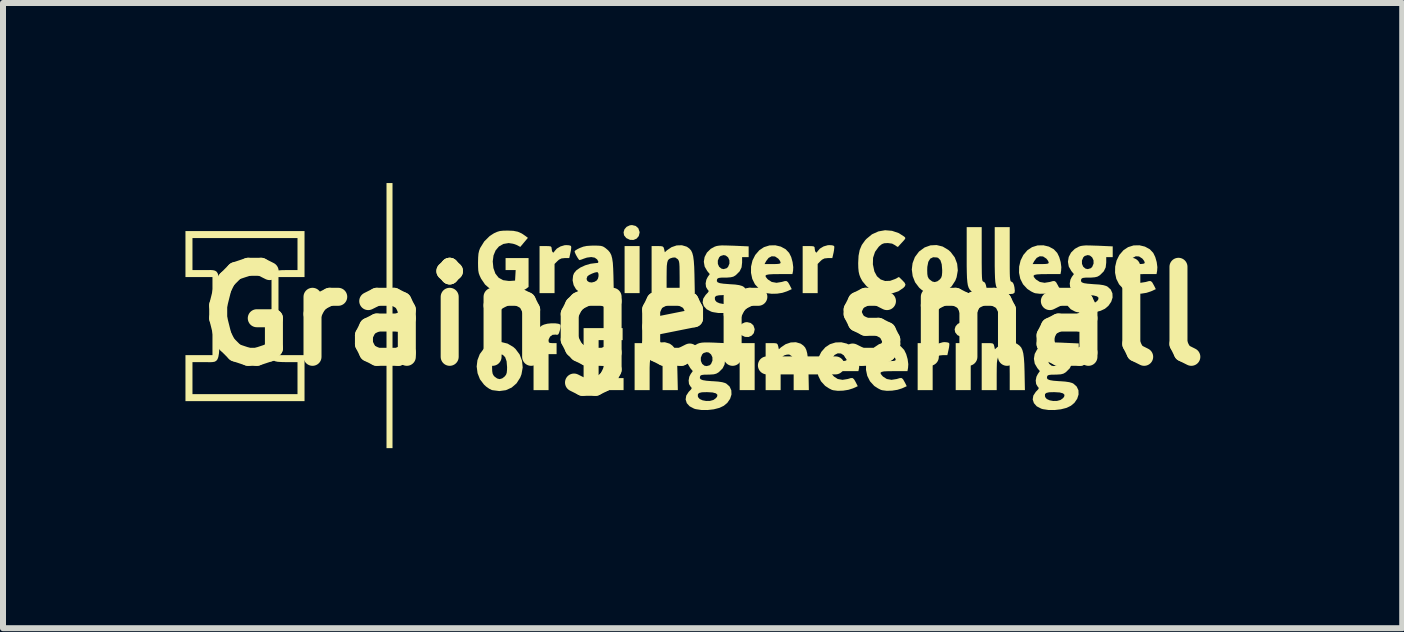
<source format=kicad_pcb>
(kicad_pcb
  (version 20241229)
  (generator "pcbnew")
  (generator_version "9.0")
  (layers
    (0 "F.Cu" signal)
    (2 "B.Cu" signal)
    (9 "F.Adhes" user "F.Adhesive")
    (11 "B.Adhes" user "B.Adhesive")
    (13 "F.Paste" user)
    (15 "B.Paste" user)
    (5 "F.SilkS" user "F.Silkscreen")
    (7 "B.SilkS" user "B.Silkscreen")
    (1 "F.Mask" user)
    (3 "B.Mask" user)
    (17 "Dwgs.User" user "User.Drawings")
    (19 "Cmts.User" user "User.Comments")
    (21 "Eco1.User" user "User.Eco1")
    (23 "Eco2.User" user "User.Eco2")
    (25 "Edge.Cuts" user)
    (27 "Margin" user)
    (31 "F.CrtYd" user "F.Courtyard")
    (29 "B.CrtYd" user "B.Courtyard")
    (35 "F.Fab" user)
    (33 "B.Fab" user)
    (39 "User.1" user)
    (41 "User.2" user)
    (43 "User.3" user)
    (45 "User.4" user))
  (footprint "Grainger_small"
    (layer "F.Cu")
    (at 8.657 2.217)
    (property "Reference" "Grainger_small" (at 0 0 0) (layer "F.SilkS") (effects (font (size 1.5 1.5) (thickness 0.3))))
    (attr board_only exclude_from_pos_files exclude_from_bom)
    (fp_poly (pts (xy -5.167 -0.008) (xy -5.167 2.2) (xy -5.217 2.2) (xy -5.267 2.2) (xy -5.267 -0.008) (xy -5.267 -2.217) (xy -5.217 -2.217) (xy -5.167 -2.217)) (stroke (width 0) (type solid)) (fill yes) (layer "F.SilkS"))
    (fp_poly (pts (xy -1.05 -0.775) (xy -1.05 -0.383) (xy -1.175 -0.383) (xy -1.3 -0.383) (xy -1.3 -0.775) (xy -1.3 -1.167) (xy -1.175 -1.167) (xy -1.05 -1.167)) (stroke (width 0) (type solid)) (fill yes) (layer "F.SilkS"))
    (fp_poly (pts (xy 0.867 0.842) (xy 0.867 1.233) (xy 0.742 1.233) (xy 0.617 1.233) (xy 0.617 0.842) (xy 0.617 0.45) (xy 0.742 0.45) (xy 0.867 0.45)) (stroke (width 0) (type solid)) (fill yes) (layer "F.SilkS"))
    (fp_poly (pts (xy 4.467 0.842) (xy 4.467 1.233) (xy 4.342 1.233) (xy 4.217 1.233) (xy 4.217 0.842) (xy 4.217 0.45) (xy 4.342 0.45) (xy 4.467 0.45)) (stroke (width 0) (type solid)) (fill yes) (layer "F.SilkS"))
    (fp_poly (pts (xy -1.114 -1.502) (xy -1.071 -1.463) (xy -1.051 -1.405) (xy -1.05 -1.392) (xy -1.064 -1.333) (xy -1.1 -1.291) (xy -1.152 -1.269) (xy -1.211 -1.271) (xy -1.27 -1.299) (xy -1.273 -1.301) (xy -1.309 -1.346) (xy -1.317 -1.397) (xy -1.302 -1.447) (xy -1.266 -1.488) (xy -1.212 -1.513) (xy -1.176 -1.517)) (stroke (width 0) (type solid)) (fill yes) (layer "F.SilkS"))
    (fp_poly (pts (xy 0.802 0.115) (xy 0.846 0.154) (xy 0.866 0.212) (xy 0.867 0.225) (xy 0.853 0.284) (xy 0.816 0.326) (xy 0.765 0.348) (xy 0.706 0.346) (xy 0.647 0.318) (xy 0.644 0.315) (xy 0.608 0.27) (xy 0.599 0.219) (xy 0.615 0.17) (xy 0.651 0.129) (xy 0.705 0.104) (xy 0.741 0.1)) (stroke (width 0) (type solid)) (fill yes) (layer "F.SilkS"))
    (fp_poly (pts (xy 4.402 0.115) (xy 4.446 0.154) (xy 4.466 0.212) (xy 4.467 0.225) (xy 4.453 0.284) (xy 4.416 0.326) (xy 4.365 0.348) (xy 4.306 0.346) (xy 4.247 0.318) (xy 4.244 0.315) (xy 4.208 0.27) (xy 4.199 0.219) (xy 4.215 0.17) (xy 4.251 0.129) (xy 4.305 0.104) (xy 4.341 0.1)) (stroke (width 0) (type solid)) (fill yes) (layer "F.SilkS"))
    (fp_poly (pts (xy -1.333 0.3) (xy -1.333 0.4) (xy -1.533 0.4) (xy -1.733 0.4) (xy -1.733 0.508) (xy -1.733 0.617) (xy -1.567 0.617) (xy -1.4 0.617) (xy -1.4 0.717) (xy -1.4 0.817) (xy -1.567 0.817) (xy -1.733 0.817) (xy -1.733 0.925) (xy -1.733 1.033) (xy -1.525 1.033) (xy -1.317 1.033) (xy -1.317 1.133) (xy -1.317 1.233) (xy -1.65 1.233) (xy -1.983 1.233) (xy -1.983 0.717) (xy -1.983 0.2) (xy -1.658 0.2) (xy -1.333 0.2)) (stroke (width 0) (type solid)) (fill yes) (layer "F.SilkS"))
    (fp_poly (pts (xy -2.225 -1.18) (xy -2.195 -1.17) (xy -2.192 -1.166) (xy -2.189 -1.142) (xy -2.194 -1.097) (xy -2.202 -1.058) (xy -2.222 -0.967) (xy -2.296 -0.967) (xy -2.352 -0.961) (xy -2.394 -0.94) (xy -2.418 -0.918) (xy -2.467 -0.869) (xy -2.467 -0.626) (xy -2.467 -0.383) (xy -2.592 -0.383) (xy -2.717 -0.383) (xy -2.717 -0.775) (xy -2.717 -1.167) (xy -2.617 -1.167) (xy -2.561 -1.166) (xy -2.531 -1.161) (xy -2.519 -1.149) (xy -2.516 -1.129) (xy -2.51 -1.088) (xy -2.502 -1.069) (xy -2.487 -1.057) (xy -2.472 -1.073) (xy -2.469 -1.08) (xy -2.429 -1.125) (xy -2.368 -1.161) (xy -2.3 -1.181) (xy -2.27 -1.183)) (stroke (width 0) (type solid)) (fill yes) (layer "F.SilkS"))
    (fp_poly (pts (xy 2.159 -1.18) (xy 2.188 -1.17) (xy 2.192 -1.166) (xy 2.194 -1.142) (xy 2.189 -1.097) (xy 2.182 -1.058) (xy 2.161 -0.967) (xy 2.088 -0.967) (xy 2.031 -0.961) (xy 1.989 -0.94) (xy 1.965 -0.918) (xy 1.917 -0.869) (xy 1.917 -0.626) (xy 1.917 -0.383) (xy 1.792 -0.383) (xy 1.667 -0.383) (xy 1.667 -0.775) (xy 1.667 -1.167) (xy 1.767 -1.167) (xy 1.822 -1.166) (xy 1.852 -1.161) (xy 1.865 -1.149) (xy 1.867 -1.129) (xy 1.873 -1.088) (xy 1.882 -1.069) (xy 1.896 -1.057) (xy 1.911 -1.073) (xy 1.915 -1.08) (xy 1.955 -1.125) (xy 2.015 -1.161) (xy 2.084 -1.181) (xy 2.113 -1.183)) (stroke (width 0) (type solid)) (fill yes) (layer "F.SilkS"))
    (fp_poly (pts (xy 4.075 0.437) (xy 4.105 0.447) (xy 4.108 0.45) (xy 4.111 0.475) (xy 4.106 0.52) (xy 4.098 0.559) (xy 4.078 0.65) (xy 4.004 0.65) (xy 3.948 0.656) (xy 3.906 0.677) (xy 3.882 0.699) (xy 3.833 0.747) (xy 3.833 0.99) (xy 3.833 1.233) (xy 3.708 1.233) (xy 3.583 1.233) (xy 3.583 0.842) (xy 3.583 0.45) (xy 3.683 0.45) (xy 3.739 0.451) (xy 3.769 0.456) (xy 3.781 0.468) (xy 3.784 0.487) (xy 3.79 0.528) (xy 3.798 0.548) (xy 3.813 0.56) (xy 3.828 0.543) (xy 3.831 0.537) (xy 3.871 0.492) (xy 3.932 0.456) (xy 4 0.436) (xy 4.03 0.433)) (stroke (width 0) (type solid)) (fill yes) (layer "F.SilkS"))
    (fp_poly (pts (xy 4.65 -1.032) (xy 4.65 -0.897) (xy 4.651 -0.792) (xy 4.652 -0.713) (xy 4.654 -0.656) (xy 4.657 -0.618) (xy 4.661 -0.594) (xy 4.668 -0.58) (xy 4.676 -0.574) (xy 4.682 -0.572) (xy 4.705 -0.556) (xy 4.72 -0.519) (xy 4.729 -0.477) (xy 4.736 -0.421) (xy 4.729 -0.388) (xy 4.703 -0.372) (xy 4.653 -0.367) (xy 4.623 -0.367) (xy 4.555 -0.373) (xy 4.505 -0.394) (xy 4.492 -0.403) (xy 4.467 -0.424) (xy 4.446 -0.448) (xy 4.431 -0.477) (xy 4.419 -0.515) (xy 4.411 -0.567) (xy 4.405 -0.636) (xy 4.402 -0.726) (xy 4.4 -0.84) (xy 4.4 -0.984) (xy 4.4 -1.016) (xy 4.4 -1.483) (xy 4.525 -1.483) (xy 4.65 -1.483)) (stroke (width 0) (type solid)) (fill yes) (layer "F.SilkS"))
    (fp_poly (pts (xy 5.117 -1.032) (xy 5.117 -0.897) (xy 5.117 -0.792) (xy 5.118 -0.713) (xy 5.12 -0.656) (xy 5.124 -0.618) (xy 5.128 -0.594) (xy 5.134 -0.58) (xy 5.143 -0.574) (xy 5.149 -0.572) (xy 5.171 -0.556) (xy 5.187 -0.519) (xy 5.196 -0.477) (xy 5.202 -0.421) (xy 5.196 -0.388) (xy 5.17 -0.372) (xy 5.119 -0.367) (xy 5.09 -0.367) (xy 5.021 -0.373) (xy 4.971 -0.394) (xy 4.959 -0.403) (xy 4.933 -0.424) (xy 4.913 -0.448) (xy 4.897 -0.477) (xy 4.886 -0.515) (xy 4.877 -0.567) (xy 4.872 -0.636) (xy 4.869 -0.726) (xy 4.867 -0.84) (xy 4.867 -0.984) (xy 4.867 -1.016) (xy 4.867 -1.483) (xy 4.992 -1.483) (xy 5.117 -1.483)) (stroke (width 0) (type solid)) (fill yes) (layer "F.SilkS"))
    (fp_poly (pts (xy -0.552 0.458) (xy -0.54 0.465) (xy -0.504 0.491) (xy -0.476 0.523) (xy -0.455 0.565) (xy -0.44 0.621) (xy -0.43 0.697) (xy -0.424 0.797) (xy -0.42 0.926) (xy -0.42 0.929) (xy -0.413 1.233) (xy -0.54 1.233) (xy -0.667 1.233) (xy -0.667 0.967) (xy -0.667 0.866) (xy -0.668 0.793) (xy -0.671 0.743) (xy -0.676 0.709) (xy -0.684 0.687) (xy -0.696 0.671) (xy -0.701 0.665) (xy -0.74 0.64) (xy -0.781 0.642) (xy -0.817 0.652) (xy -0.844 0.667) (xy -0.862 0.69) (xy -0.874 0.727) (xy -0.88 0.782) (xy -0.883 0.861) (xy -0.883 0.968) (xy -0.883 0.969) (xy -0.883 1.233) (xy -1.008 1.233) (xy -1.133 1.233) (xy -1.133 0.842) (xy -1.133 0.45) (xy -1.035 0.45) (xy -0.98 0.451) (xy -0.949 0.456) (xy -0.934 0.47) (xy -0.926 0.497) (xy -0.925 0.501) (xy -0.913 0.553) (xy -0.878 0.52) (xy -0.801 0.468) (xy -0.715 0.439) (xy -0.629 0.435)) (stroke (width 0) (type solid)) (fill yes) (layer "F.SilkS"))
    (fp_poly (pts (xy -0.268 -1.158) (xy -0.257 -1.152) (xy -0.221 -1.126) (xy -0.192 -1.094) (xy -0.172 -1.052) (xy -0.157 -0.995) (xy -0.147 -0.919) (xy -0.14 -0.819) (xy -0.136 -0.691) (xy -0.136 -0.688) (xy -0.13 -0.383) (xy -0.257 -0.383) (xy -0.383 -0.383) (xy -0.383 -0.65) (xy -0.384 -0.751) (xy -0.385 -0.823) (xy -0.388 -0.874) (xy -0.393 -0.907) (xy -0.401 -0.929) (xy -0.412 -0.946) (xy -0.418 -0.951) (xy -0.457 -0.977) (xy -0.497 -0.975) (xy -0.534 -0.964) (xy -0.56 -0.95) (xy -0.579 -0.927) (xy -0.59 -0.89) (xy -0.597 -0.835) (xy -0.599 -0.756) (xy -0.6 -0.649) (xy -0.6 -0.647) (xy -0.6 -0.383) (xy -0.725 -0.383) (xy -0.85 -0.383) (xy -0.85 -0.775) (xy -0.85 -1.167) (xy -0.751 -1.167) (xy -0.696 -1.166) (xy -0.666 -1.16) (xy -0.651 -1.146) (xy -0.642 -1.12) (xy -0.641 -1.115) (xy -0.63 -1.064) (xy -0.594 -1.097) (xy -0.517 -1.149) (xy -0.432 -1.178) (xy -0.346 -1.181)) (stroke (width 0) (type solid)) (fill yes) (layer "F.SilkS"))
    (fp_poly (pts (xy 1.632 0.458) (xy 1.643 0.465) (xy 1.679 0.491) (xy 1.708 0.523) (xy 1.728 0.565) (xy 1.743 0.621) (xy 1.753 0.697) (xy 1.76 0.797) (xy 1.764 0.926) (xy 1.764 0.929) (xy 1.77 1.233) (xy 1.643 1.233) (xy 1.517 1.233) (xy 1.517 0.967) (xy 1.516 0.866) (xy 1.515 0.793) (xy 1.512 0.743) (xy 1.507 0.709) (xy 1.499 0.687) (xy 1.488 0.671) (xy 1.482 0.665) (xy 1.443 0.64) (xy 1.403 0.642) (xy 1.366 0.652) (xy 1.34 0.667) (xy 1.321 0.69) (xy 1.31 0.727) (xy 1.303 0.782) (xy 1.301 0.861) (xy 1.3 0.968) (xy 1.3 0.969) (xy 1.3 1.233) (xy 1.175 1.233) (xy 1.05 1.233) (xy 1.05 0.842) (xy 1.05 0.45) (xy 1.149 0.45) (xy 1.204 0.451) (xy 1.234 0.456) (xy 1.249 0.47) (xy 1.258 0.497) (xy 1.259 0.501) (xy 1.27 0.553) (xy 1.306 0.52) (xy 1.383 0.468) (xy 1.468 0.439) (xy 1.554 0.435)) (stroke (width 0) (type solid)) (fill yes) (layer "F.SilkS"))
    (fp_poly (pts (xy 5.232 0.458) (xy 5.243 0.465) (xy 5.279 0.491) (xy 5.308 0.523) (xy 5.328 0.565) (xy 5.343 0.621) (xy 5.353 0.697) (xy 5.36 0.797) (xy 5.364 0.926) (xy 5.364 0.929) (xy 5.37 1.233) (xy 5.243 1.233) (xy 5.117 1.233) (xy 5.117 0.967) (xy 5.116 0.866) (xy 5.115 0.793) (xy 5.112 0.743) (xy 5.107 0.709) (xy 5.099 0.687) (xy 5.088 0.671) (xy 5.082 0.665) (xy 5.043 0.64) (xy 5.003 0.642) (xy 4.966 0.652) (xy 4.94 0.667) (xy 4.921 0.69) (xy 4.91 0.727) (xy 4.903 0.782) (xy 4.901 0.861) (xy 4.9 0.968) (xy 4.9 0.969) (xy 4.9 1.233) (xy 4.775 1.233) (xy 4.65 1.233) (xy 4.65 0.842) (xy 4.65 0.45) (xy 4.749 0.45) (xy 4.804 0.451) (xy 4.834 0.456) (xy 4.849 0.47) (xy 4.858 0.497) (xy 4.859 0.501) (xy 4.87 0.553) (xy 4.906 0.52) (xy 4.983 0.468) (xy 5.068 0.439) (xy 5.154 0.435)) (stroke (width 0) (type solid)) (fill yes) (layer "F.SilkS"))
    (fp_poly (pts (xy -2.458 0.12) (xy -2.404 0.127) (xy -2.371 0.141) (xy -2.369 0.143) (xy -2.365 0.167) (xy -2.372 0.21) (xy -2.379 0.239) (xy -2.394 0.286) (xy -2.409 0.308) (xy -2.429 0.312) (xy -2.45 0.308) (xy -2.501 0.312) (xy -2.542 0.342) (xy -2.565 0.389) (xy -2.567 0.408) (xy -2.563 0.435) (xy -2.546 0.447) (xy -2.506 0.45) (xy -2.5 0.45) (xy -2.433 0.45) (xy -2.433 0.542) (xy -2.433 0.633) (xy -2.5 0.633) (xy -2.567 0.633) (xy -2.567 0.933) (xy -2.567 1.233) (xy -2.692 1.233) (xy -2.817 1.233) (xy -2.817 0.933) (xy -2.817 0.633) (xy -2.867 0.633) (xy -2.896 0.632) (xy -2.911 0.62) (xy -2.916 0.591) (xy -2.917 0.55) (xy -2.915 0.501) (xy -2.909 0.476) (xy -2.892 0.468) (xy -2.87 0.467) (xy -2.843 0.464) (xy -2.827 0.452) (xy -2.816 0.423) (xy -2.804 0.368) (xy -2.804 0.366) (xy -2.778 0.272) (xy -2.738 0.205) (xy -2.68 0.158) (xy -2.642 0.141) (xy -2.588 0.127) (xy -2.523 0.12)) (stroke (width 0) (type solid)) (fill yes) (layer "F.SilkS"))
    (fp_poly (pts (xy -3.25 0.458) (xy -3.156 0.513) (xy -3.118 0.547) (xy -3.049 0.639) (xy -3.009 0.744) (xy -2.998 0.856) (xy -3.018 0.969) (xy -3.04 1.026) (xy -3.101 1.121) (xy -3.182 1.191) (xy -3.278 1.234) (xy -3.387 1.249) (xy -3.502 1.234) (xy -3.514 1.231) (xy -3.556 1.21) (xy -3.607 1.174) (xy -3.642 1.142) (xy -3.71 1.053) (xy -3.75 0.951) (xy -3.763 0.851) (xy -3.508 0.851) (xy -3.506 0.916) (xy -3.499 0.958) (xy -3.484 0.988) (xy -3.468 1.007) (xy -3.424 1.039) (xy -3.383 1.05) (xy -3.338 1.037) (xy -3.299 1.007) (xy -3.276 0.978) (xy -3.264 0.945) (xy -3.259 0.896) (xy -3.258 0.851) (xy -3.266 0.753) (xy -3.29 0.685) (xy -3.329 0.645) (xy -3.385 0.634) (xy -3.422 0.639) (xy -3.465 0.667) (xy -3.494 0.723) (xy -3.507 0.808) (xy -3.508 0.851) (xy -3.763 0.851) (xy -3.765 0.842) (xy -3.752 0.734) (xy -3.713 0.633) (xy -3.647 0.544) (xy -3.641 0.538) (xy -3.551 0.473) (xy -3.453 0.438) (xy -3.351 0.433)) (stroke (width 0) (type solid)) (fill yes) (layer "F.SilkS"))
    (fp_poly (pts (xy 4 -1.159) (xy 4.094 -1.103) (xy 4.132 -1.069) (xy 4.201 -0.978) (xy 4.241 -0.873) (xy 4.252 -0.761) (xy 4.232 -0.647) (xy 4.21 -0.59) (xy 4.149 -0.496) (xy 4.068 -0.426) (xy 3.972 -0.382) (xy 3.863 -0.367) (xy 3.748 -0.382) (xy 3.736 -0.386) (xy 3.694 -0.406) (xy 3.643 -0.443) (xy 3.608 -0.474) (xy 3.54 -0.564) (xy 3.5 -0.666) (xy 3.487 -0.765) (xy 3.742 -0.765) (xy 3.744 -0.701) (xy 3.751 -0.659) (xy 3.766 -0.628) (xy 3.782 -0.61) (xy 3.826 -0.577) (xy 3.867 -0.567) (xy 3.912 -0.58) (xy 3.951 -0.61) (xy 3.974 -0.638) (xy 3.986 -0.672) (xy 3.991 -0.721) (xy 3.992 -0.765) (xy 3.984 -0.863) (xy 3.962 -0.931) (xy 3.925 -0.97) (xy 3.905 -0.977) (xy 3.841 -0.981) (xy 3.792 -0.957) (xy 3.76 -0.904) (xy 3.744 -0.821) (xy 3.742 -0.765) (xy 3.487 -0.765) (xy 3.485 -0.774) (xy 3.498 -0.882) (xy 3.537 -0.984) (xy 3.603 -1.072) (xy 3.609 -1.078) (xy 3.699 -1.144) (xy 3.797 -1.179) (xy 3.899 -1.184)) (stroke (width 0) (type solid)) (fill yes) (layer "F.SilkS"))
    (fp_poly (pts (xy -3.154 -1.421) (xy -3.079 -1.406) (xy -3.014 -1.377) (xy -2.952 -1.335) (xy -2.911 -1.304) (xy -2.975 -1.228) (xy -3.038 -1.153) (xy -3.098 -1.185) (xy -3.158 -1.206) (xy -3.225 -1.216) (xy -3.233 -1.217) (xy -3.321 -1.202) (xy -3.394 -1.16) (xy -3.449 -1.095) (xy -3.484 -1.011) (xy -3.497 -0.911) (xy -3.486 -0.801) (xy -3.453 -0.708) (xy -3.399 -0.64) (xy -3.325 -0.599) (xy -3.232 -0.586) (xy -3.207 -0.586) (xy -3.125 -0.592) (xy -3.12 -0.679) (xy -3.115 -0.767) (xy -3.199 -0.767) (xy -3.283 -0.767) (xy -3.283 -0.867) (xy -3.283 -0.967) (xy -3.092 -0.967) (xy -2.9 -0.967) (xy -2.9 -0.726) (xy -2.9 -0.486) (xy -2.951 -0.449) (xy -3.044 -0.401) (xy -3.154 -0.374) (xy -3.273 -0.369) (xy -3.39 -0.386) (xy -3.43 -0.398) (xy -3.539 -0.451) (xy -3.625 -0.526) (xy -3.692 -0.625) (xy -3.715 -0.674) (xy -3.73 -0.715) (xy -3.738 -0.76) (xy -3.741 -0.82) (xy -3.742 -0.89) (xy -3.74 -0.977) (xy -3.735 -1.04) (xy -3.724 -1.089) (xy -3.707 -1.134) (xy -3.638 -1.245) (xy -3.547 -1.335) (xy -3.477 -1.38) (xy -3.427 -1.403) (xy -3.381 -1.417) (xy -3.326 -1.423) (xy -3.25 -1.425)) (stroke (width 0) (type solid)) (fill yes) (layer "F.SilkS"))
    (fp_poly (pts (xy 3.156 -1.421) (xy 3.268 -1.383) (xy 3.357 -1.326) (xy 3.374 -1.31) (xy 3.377 -1.294) (xy 3.362 -1.271) (xy 3.327 -1.232) (xy 3.324 -1.229) (xy 3.288 -1.19) (xy 3.263 -1.162) (xy 3.255 -1.153) (xy 3.241 -1.157) (xy 3.212 -1.177) (xy 3.207 -1.181) (xy 3.157 -1.208) (xy 3.089 -1.217) (xy 3.079 -1.217) (xy 3.026 -1.214) (xy 2.988 -1.2) (xy 2.95 -1.17) (xy 2.933 -1.154) (xy 2.873 -1.071) (xy 2.84 -0.972) (xy 2.837 -0.862) (xy 2.862 -0.744) (xy 2.863 -0.742) (xy 2.905 -0.664) (xy 2.966 -0.611) (xy 3.041 -0.585) (xy 3.124 -0.588) (xy 3.207 -0.618) (xy 3.271 -0.652) (xy 3.327 -0.598) (xy 3.366 -0.556) (xy 3.38 -0.525) (xy 3.37 -0.497) (xy 3.346 -0.471) (xy 3.263 -0.414) (xy 3.161 -0.38) (xy 3.048 -0.369) (xy 2.933 -0.383) (xy 2.898 -0.393) (xy 2.811 -0.434) (xy 2.729 -0.501) (xy 2.662 -0.582) (xy 2.632 -0.637) (xy 2.612 -0.688) (xy 2.6 -0.74) (xy 2.594 -0.803) (xy 2.592 -0.883) (xy 2.598 -1.004) (xy 2.617 -1.102) (xy 2.652 -1.185) (xy 2.707 -1.262) (xy 2.73 -1.287) (xy 2.822 -1.363) (xy 2.928 -1.411) (xy 3.041 -1.431)) (stroke (width 0) (type solid)) (fill yes) (layer "F.SilkS"))
    (fp_poly (pts (xy 1.303 -1.158) (xy 1.384 -1.114) (xy 1.442 -1.052) (xy 1.476 -0.984) (xy 1.499 -0.9) (xy 1.51 -0.816) (xy 1.507 -0.755) (xy 1.496 -0.7) (xy 1.273 -0.7) (xy 1.174 -0.699) (xy 1.105 -0.695) (xy 1.064 -0.687) (xy 1.047 -0.673) (xy 1.053 -0.652) (xy 1.077 -0.622) (xy 1.09 -0.609) (xy 1.152 -0.569) (xy 1.231 -0.555) (xy 1.318 -0.569) (xy 1.325 -0.571) (xy 1.371 -0.584) (xy 1.401 -0.583) (xy 1.423 -0.564) (xy 1.449 -0.52) (xy 1.457 -0.504) (xy 1.485 -0.449) (xy 1.405 -0.413) (xy 1.329 -0.388) (xy 1.241 -0.374) (xy 1.152 -0.372) (xy 1.076 -0.381) (xy 1.054 -0.388) (xy 1.005 -0.412) (xy 0.953 -0.447) (xy 0.941 -0.455) (xy 0.872 -0.53) (xy 0.827 -0.621) (xy 0.806 -0.722) (xy 0.807 -0.826) (xy 0.817 -0.867) (xy 1.032 -0.867) (xy 1.166 -0.867) (xy 1.234 -0.868) (xy 1.275 -0.872) (xy 1.295 -0.88) (xy 1.3 -0.892) (xy 1.289 -0.921) (xy 1.262 -0.956) (xy 1.259 -0.959) (xy 1.206 -0.994) (xy 1.151 -0.997) (xy 1.099 -0.97) (xy 1.058 -0.916) (xy 1.032 -0.867) (xy 0.817 -0.867) (xy 0.831 -0.927) (xy 0.877 -1.019) (xy 0.944 -1.097) (xy 1.022 -1.149) (xy 1.115 -1.178) (xy 1.211 -1.18)) (stroke (width 0) (type solid)) (fill yes) (layer "F.SilkS"))
    (fp_poly (pts (xy 2.403 0.458) (xy 2.484 0.503) (xy 2.542 0.565) (xy 2.576 0.633) (xy 2.599 0.717) (xy 2.61 0.801) (xy 2.607 0.861) (xy 2.596 0.917) (xy 2.373 0.917) (xy 2.274 0.918) (xy 2.205 0.921) (xy 2.164 0.93) (xy 2.147 0.944) (xy 2.153 0.965) (xy 2.177 0.994) (xy 2.19 1.008) (xy 2.252 1.048) (xy 2.331 1.062) (xy 2.418 1.048) (xy 2.425 1.046) (xy 2.471 1.032) (xy 2.501 1.033) (xy 2.523 1.053) (xy 2.549 1.097) (xy 2.557 1.113) (xy 2.585 1.168) (xy 2.505 1.204) (xy 2.429 1.228) (xy 2.341 1.242) (xy 2.252 1.245) (xy 2.176 1.235) (xy 2.154 1.229) (xy 2.105 1.204) (xy 2.053 1.17) (xy 2.041 1.162) (xy 1.972 1.086) (xy 1.927 0.995) (xy 1.906 0.895) (xy 1.907 0.791) (xy 1.917 0.75) (xy 2.132 0.75) (xy 2.266 0.75) (xy 2.334 0.749) (xy 2.375 0.745) (xy 2.395 0.737) (xy 2.4 0.724) (xy 2.389 0.696) (xy 2.362 0.661) (xy 2.359 0.658) (xy 2.306 0.623) (xy 2.251 0.62) (xy 2.199 0.647) (xy 2.158 0.7) (xy 2.132 0.75) (xy 1.917 0.75) (xy 1.931 0.69) (xy 1.977 0.597) (xy 2.044 0.52) (xy 2.122 0.468) (xy 2.215 0.439) (xy 2.311 0.436)) (stroke (width 0) (type solid)) (fill yes) (layer "F.SilkS"))
    (fp_poly (pts (xy 3.22 0.458) (xy 3.301 0.503) (xy 3.359 0.565) (xy 3.392 0.633) (xy 3.416 0.717) (xy 3.427 0.801) (xy 3.423 0.861) (xy 3.413 0.917) (xy 3.19 0.917) (xy 3.091 0.918) (xy 3.022 0.921) (xy 2.981 0.93) (xy 2.964 0.944) (xy 2.969 0.965) (xy 2.993 0.994) (xy 3.006 1.008) (xy 3.069 1.048) (xy 3.147 1.062) (xy 3.235 1.048) (xy 3.242 1.046) (xy 3.288 1.032) (xy 3.318 1.033) (xy 3.34 1.053) (xy 3.365 1.097) (xy 3.374 1.113) (xy 3.401 1.168) (xy 3.322 1.204) (xy 3.246 1.228) (xy 3.157 1.242) (xy 3.069 1.245) (xy 2.993 1.235) (xy 2.971 1.229) (xy 2.922 1.204) (xy 2.869 1.17) (xy 2.858 1.162) (xy 2.789 1.086) (xy 2.743 0.995) (xy 2.722 0.895) (xy 2.724 0.791) (xy 2.734 0.75) (xy 2.949 0.75) (xy 3.083 0.75) (xy 3.151 0.749) (xy 3.192 0.745) (xy 3.212 0.737) (xy 3.217 0.724) (xy 3.206 0.696) (xy 3.179 0.661) (xy 3.176 0.658) (xy 3.122 0.623) (xy 3.067 0.62) (xy 3.016 0.647) (xy 2.975 0.7) (xy 2.949 0.75) (xy 2.734 0.75) (xy 2.748 0.69) (xy 2.794 0.597) (xy 2.861 0.52) (xy 2.939 0.468) (xy 3.031 0.439) (xy 3.128 0.436)) (stroke (width 0) (type solid)) (fill yes) (layer "F.SilkS"))
    (fp_poly (pts (xy 5.77 -1.158) (xy 5.851 -1.114) (xy 5.909 -1.052) (xy 5.942 -0.984) (xy 5.966 -0.9) (xy 5.977 -0.816) (xy 5.973 -0.755) (xy 5.963 -0.7) (xy 5.74 -0.7) (xy 5.641 -0.699) (xy 5.572 -0.695) (xy 5.531 -0.687) (xy 5.514 -0.673) (xy 5.519 -0.652) (xy 5.543 -0.622) (xy 5.556 -0.609) (xy 5.619 -0.569) (xy 5.697 -0.555) (xy 5.785 -0.569) (xy 5.792 -0.571) (xy 5.838 -0.584) (xy 5.868 -0.583) (xy 5.89 -0.564) (xy 5.915 -0.52) (xy 5.924 -0.504) (xy 5.951 -0.449) (xy 5.872 -0.413) (xy 5.796 -0.388) (xy 5.707 -0.374) (xy 5.619 -0.372) (xy 5.543 -0.381) (xy 5.521 -0.388) (xy 5.472 -0.412) (xy 5.419 -0.447) (xy 5.408 -0.455) (xy 5.339 -0.53) (xy 5.293 -0.621) (xy 5.272 -0.722) (xy 5.274 -0.826) (xy 5.284 -0.867) (xy 5.499 -0.867) (xy 5.633 -0.867) (xy 5.701 -0.868) (xy 5.742 -0.872) (xy 5.762 -0.88) (xy 5.767 -0.892) (xy 5.756 -0.921) (xy 5.729 -0.956) (xy 5.726 -0.959) (xy 5.672 -0.994) (xy 5.617 -0.997) (xy 5.566 -0.97) (xy 5.525 -0.916) (xy 5.499 -0.867) (xy 5.284 -0.867) (xy 5.298 -0.927) (xy 5.344 -1.019) (xy 5.411 -1.097) (xy 5.489 -1.149) (xy 5.581 -1.178) (xy 5.678 -1.18)) (stroke (width 0) (type solid)) (fill yes) (layer "F.SilkS"))
    (fp_poly (pts (xy 7.37 -1.158) (xy 7.451 -1.114) (xy 7.509 -1.052) (xy 7.542 -0.984) (xy 7.566 -0.9) (xy 7.577 -0.816) (xy 7.573 -0.755) (xy 7.563 -0.7) (xy 7.34 -0.7) (xy 7.241 -0.699) (xy 7.172 -0.695) (xy 7.131 -0.687) (xy 7.114 -0.673) (xy 7.119 -0.652) (xy 7.143 -0.622) (xy 7.156 -0.609) (xy 7.219 -0.569) (xy 7.297 -0.555) (xy 7.385 -0.569) (xy 7.392 -0.571) (xy 7.438 -0.584) (xy 7.468 -0.583) (xy 7.49 -0.564) (xy 7.515 -0.52) (xy 7.524 -0.504) (xy 7.551 -0.449) (xy 7.472 -0.413) (xy 7.396 -0.388) (xy 7.307 -0.374) (xy 7.219 -0.372) (xy 7.143 -0.381) (xy 7.121 -0.388) (xy 7.072 -0.412) (xy 7.019 -0.447) (xy 7.008 -0.455) (xy 6.939 -0.53) (xy 6.893 -0.621) (xy 6.872 -0.722) (xy 6.874 -0.826) (xy 6.884 -0.867) (xy 7.099 -0.867) (xy 7.233 -0.867) (xy 7.301 -0.868) (xy 7.342 -0.872) (xy 7.362 -0.88) (xy 7.367 -0.892) (xy 7.356 -0.921) (xy 7.329 -0.956) (xy 7.326 -0.959) (xy 7.272 -0.994) (xy 7.217 -0.997) (xy 7.166 -0.97) (xy 7.125 -0.916) (xy 7.099 -0.867) (xy 6.884 -0.867) (xy 6.898 -0.927) (xy 6.944 -1.019) (xy 7.011 -1.097) (xy 7.089 -1.149) (xy 7.181 -1.178) (xy 7.278 -1.18)) (stroke (width 0) (type solid)) (fill yes) (layer "F.SilkS"))
    (fp_poly (pts (xy -1.743 -1.174) (xy -1.695 -1.17) (xy -1.66 -1.16) (xy -1.63 -1.142) (xy -1.614 -1.13) (xy -1.574 -1.096) (xy -1.544 -1.06) (xy -1.522 -1.017) (xy -1.507 -0.961) (xy -1.496 -0.887) (xy -1.49 -0.79) (xy -1.486 -0.671) (xy -1.48 -0.383) (xy -1.59 -0.383) (xy -1.649 -0.384) (xy -1.682 -0.389) (xy -1.697 -0.399) (xy -1.7 -0.417) (xy -1.702 -0.444) (xy -1.704 -0.45) (xy -1.72 -0.443) (xy -1.757 -0.425) (xy -1.79 -0.408) (xy -1.885 -0.374) (xy -1.973 -0.371) (xy -2.049 -0.397) (xy -2.109 -0.447) (xy -2.149 -0.516) (xy -2.166 -0.595) (xy -2.164 -0.62) (xy -1.934 -0.62) (xy -1.922 -0.587) (xy -1.891 -0.566) (xy -1.848 -0.56) (xy -1.8 -0.572) (xy -1.762 -0.596) (xy -1.743 -0.627) (xy -1.734 -0.667) (xy -1.735 -0.706) (xy -1.748 -0.73) (xy -1.759 -0.733) (xy -1.796 -0.726) (xy -1.844 -0.708) (xy -1.889 -0.686) (xy -1.918 -0.665) (xy -1.92 -0.662) (xy -1.934 -0.62) (xy -2.164 -0.62) (xy -2.158 -0.675) (xy -2.142 -0.716) (xy -2.102 -0.764) (xy -2.037 -0.809) (xy -1.957 -0.846) (xy -1.869 -0.872) (xy -1.784 -0.883) (xy -1.779 -0.883) (xy -1.744 -0.887) (xy -1.736 -0.904) (xy -1.753 -0.937) (xy -1.759 -0.946) (xy -1.798 -0.974) (xy -1.856 -0.984) (xy -1.927 -0.975) (xy -1.978 -0.958) (xy -2.02 -0.942) (xy -2.048 -0.934) (xy -2.052 -0.933) (xy -2.066 -0.947) (xy -2.088 -0.98) (xy -2.111 -1.021) (xy -2.128 -1.059) (xy -2.133 -1.081) (xy -2.119 -1.095) (xy -2.083 -1.117) (xy -2.046 -1.135) (xy -1.989 -1.157) (xy -1.931 -1.169) (xy -1.858 -1.174) (xy -1.815 -1.175)) (stroke (width 0) (type solid)) (fill yes) (layer "F.SilkS"))
    (fp_poly (pts (xy -6.633 -1.033) (xy -6.633 -0.65) (xy -6.85 -0.65) (xy -7.067 -0.65) (xy -7.067 0) (xy -7.067 0.65) (xy -6.85 0.65) (xy -6.633 0.65) (xy -6.633 1.033) (xy -6.633 1.417) (xy -7.625 1.417) (xy -8.617 1.417) (xy -8.617 1.033) (xy -8.617 0.65) (xy -8.392 0.65) (xy -8.167 0.65) (xy -8.167 0) (xy -8.167 -0.65) (xy -8.392 -0.65) (xy -8.617 -0.65) (xy -8.617 -1.033) (xy -8.5 -1.033) (xy -8.5 -0.767) (xy -8.31 -0.767) (xy -8.249 -0.767) (xy -8.198 -0.768) (xy -8.157 -0.765) (xy -8.124 -0.757) (xy -8.098 -0.74) (xy -8.079 -0.711) (xy -8.066 -0.668) (xy -8.057 -0.607) (xy -8.052 -0.527) (xy -8.05 -0.424) (xy -8.05 -0.296) (xy -8.05 -0.139) (xy -8.05 0) (xy -8.05 0.18) (xy -8.05 0.33) (xy -8.05 0.452) (xy -8.053 0.549) (xy -8.059 0.624) (xy -8.069 0.68) (xy -8.083 0.719) (xy -8.104 0.745) (xy -8.131 0.76) (xy -8.166 0.766) (xy -8.209 0.768) (xy -8.263 0.767) (xy -8.31 0.767) (xy -8.5 0.767) (xy -8.5 1.033) (xy -8.5 1.3) (xy -7.625 1.3) (xy -6.75 1.3) (xy -6.75 1.033) (xy -6.75 0.767) (xy -6.93 0.767) (xy -7.019 0.765) (xy -7.082 0.761) (xy -7.123 0.752) (xy -7.146 0.741) (xy -7.183 0.715) (xy -7.183 0) (xy -7.183 -0.715) (xy -7.146 -0.741) (xy -7.118 -0.753) (xy -7.075 -0.761) (xy -7.009 -0.766) (xy -6.93 -0.767) (xy -6.75 -0.767) (xy -6.75 -1.033) (xy -6.75 -1.3) (xy -7.625 -1.3) (xy -8.5 -1.3) (xy -8.5 -1.033) (xy -8.617 -1.033) (xy -8.617 -1.417) (xy -7.625 -1.417) (xy -6.633 -1.417)) (stroke (width 0) (type solid)) (fill yes) (layer "F.SilkS"))
    (fp_poly (pts (xy 0.104 0.439) (xy 0.195 0.442) (xy 0.235 0.444) (xy 0.483 0.455) (xy 0.483 0.544) (xy 0.483 0.633) (xy 0.429 0.633) (xy 0.375 0.633) (xy 0.375 0.724) (xy 0.366 0.805) (xy 0.334 0.87) (xy 0.275 0.929) (xy 0.261 0.94) (xy 0.227 0.959) (xy 0.185 0.97) (xy 0.124 0.974) (xy 0.091 0.975) (xy 0.026 0.976) (xy -0.014 0.981) (xy -0.034 0.99) (xy -0.043 1.006) (xy -0.046 1.033) (xy -0.032 1.053) (xy 0.003 1.067) (xy 0.064 1.077) (xy 0.153 1.084) (xy 0.164 1.084) (xy 0.259 1.091) (xy 0.327 1.101) (xy 0.375 1.115) (xy 0.395 1.125) (xy 0.45 1.174) (xy 0.478 1.236) (xy 0.481 1.306) (xy 0.458 1.378) (xy 0.411 1.446) (xy 0.353 1.494) (xy 0.28 1.529) (xy 0.186 1.553) (xy 0.082 1.565) (xy -0.022 1.564) (xy -0.115 1.55) (xy -0.142 1.542) (xy -0.216 1.503) (xy -0.264 1.45) (xy -0.283 1.389) (xy -0.274 1.332) (xy -0.08 1.332) (xy -0.075 1.351) (xy -0.049 1.381) (xy -0.001 1.403) (xy 0.059 1.414) (xy 0.122 1.413) (xy 0.177 1.398) (xy 0.182 1.396) (xy 0.219 1.369) (xy 0.24 1.345) (xy 0.247 1.312) (xy 0.222 1.287) (xy 0.165 1.272) (xy 0.077 1.267) (xy 0.065 1.267) (xy -0.01 1.269) (xy -0.057 1.28) (xy -0.078 1.299) (xy -0.08 1.332) (xy -0.274 1.332) (xy -0.273 1.325) (xy -0.232 1.262) (xy -0.227 1.257) (xy -0.194 1.223) (xy -0.182 1.202) (xy -0.189 1.186) (xy -0.202 1.173) (xy -0.227 1.131) (xy -0.233 1.072) (xy -0.222 1.01) (xy -0.199 0.965) (xy -0.164 0.916) (xy -0.206 0.866) (xy -0.249 0.792) (xy -0.263 0.711) (xy -0.26 0.692) (xy -0.03 0.692) (xy -0.029 0.747) (xy -0.008 0.795) (xy 0.03 0.826) (xy 0.067 0.833) (xy 0.118 0.819) (xy 0.141 0.796) (xy 0.164 0.742) (xy 0.163 0.686) (xy 0.141 0.639) (xy 0.103 0.607) (xy 0.067 0.6) (xy 0.016 0.615) (xy -0.007 0.637) (xy -0.03 0.692) (xy -0.26 0.692) (xy -0.25 0.631) (xy -0.211 0.558) (xy -0.148 0.496) (xy -0.082 0.46) (xy -0.05 0.449) (xy -0.012 0.442) (xy 0.037 0.439)) (stroke (width 0) (type solid)) (fill yes) (layer "F.SilkS"))
    (fp_poly (pts (xy 0.387 -1.177) (xy 0.479 -1.174) (xy 0.518 -1.173) (xy 0.767 -1.162) (xy 0.767 -1.072) (xy 0.767 -0.983) (xy 0.713 -0.983) (xy 0.658 -0.983) (xy 0.658 -0.893) (xy 0.649 -0.812) (xy 0.617 -0.746) (xy 0.558 -0.687) (xy 0.544 -0.676) (xy 0.511 -0.657) (xy 0.468 -0.647) (xy 0.407 -0.642) (xy 0.374 -0.642) (xy 0.309 -0.641) (xy 0.27 -0.636) (xy 0.249 -0.626) (xy 0.24 -0.611) (xy 0.237 -0.583) (xy 0.251 -0.563) (xy 0.287 -0.549) (xy 0.347 -0.54) (xy 0.437 -0.533) (xy 0.447 -0.532) (xy 0.542 -0.526) (xy 0.61 -0.516) (xy 0.658 -0.502) (xy 0.678 -0.492) (xy 0.733 -0.443) (xy 0.762 -0.38) (xy 0.764 -0.31) (xy 0.741 -0.239) (xy 0.694 -0.171) (xy 0.636 -0.122) (xy 0.564 -0.088) (xy 0.469 -0.064) (xy 0.365 -0.052) (xy 0.261 -0.052) (xy 0.168 -0.067) (xy 0.142 -0.075) (xy 0.067 -0.114) (xy 0.02 -0.167) (xy 0.000056 -0.227) (xy 0.009 -0.285) (xy 0.204 -0.285) (xy 0.209 -0.265) (xy 0.234 -0.235) (xy 0.282 -0.214) (xy 0.342 -0.203) (xy 0.405 -0.204) (xy 0.461 -0.219) (xy 0.465 -0.221) (xy 0.503 -0.248) (xy 0.523 -0.272) (xy 0.53 -0.305) (xy 0.505 -0.329) (xy 0.449 -0.344) (xy 0.361 -0.35) (xy 0.349 -0.35) (xy 0.273 -0.347) (xy 0.227 -0.337) (xy 0.205 -0.317) (xy 0.204 -0.285) (xy 0.009 -0.285) (xy 0.01 -0.291) (xy 0.051 -0.354) (xy 0.056 -0.359) (xy 0.089 -0.394) (xy 0.101 -0.415) (xy 0.094 -0.431) (xy 0.081 -0.444) (xy 0.057 -0.486) (xy 0.05 -0.544) (xy 0.062 -0.606) (xy 0.085 -0.652) (xy 0.119 -0.7) (xy 0.077 -0.751) (xy 0.034 -0.825) (xy 0.02 -0.905) (xy 0.023 -0.925) (xy 0.253 -0.925) (xy 0.254 -0.87) (xy 0.275 -0.822) (xy 0.314 -0.791) (xy 0.35 -0.783) (xy 0.401 -0.798) (xy 0.424 -0.82) (xy 0.447 -0.875) (xy 0.446 -0.93) (xy 0.425 -0.978) (xy 0.386 -1.009) (xy 0.35 -1.017) (xy 0.299 -1.002) (xy 0.276 -0.98) (xy 0.253 -0.925) (xy 0.023 -0.925) (xy 0.033 -0.985) (xy 0.072 -1.059) (xy 0.135 -1.121) (xy 0.201 -1.157) (xy 0.234 -1.168) (xy 0.271 -1.174) (xy 0.32 -1.178)) (stroke (width 0) (type solid)) (fill yes) (layer "F.SilkS"))
    (fp_poly (pts (xy 5.887 0.439) (xy 5.979 0.442) (xy 6.018 0.444) (xy 6.267 0.455) (xy 6.267 0.544) (xy 6.267 0.633) (xy 6.213 0.633) (xy 6.158 0.633) (xy 6.158 0.724) (xy 6.149 0.805) (xy 6.117 0.87) (xy 6.058 0.929) (xy 6.044 0.94) (xy 6.011 0.959) (xy 5.968 0.97) (xy 5.907 0.974) (xy 5.874 0.975) (xy 5.809 0.976) (xy 5.77 0.981) (xy 5.749 0.99) (xy 5.74 1.006) (xy 5.737 1.033) (xy 5.751 1.053) (xy 5.787 1.067) (xy 5.847 1.077) (xy 5.937 1.084) (xy 5.947 1.084) (xy 6.042 1.091) (xy 6.11 1.101) (xy 6.158 1.115) (xy 6.178 1.125) (xy 6.233 1.174) (xy 6.262 1.236) (xy 6.264 1.306) (xy 6.241 1.378) (xy 6.194 1.446) (xy 6.136 1.494) (xy 6.064 1.529) (xy 5.969 1.553) (xy 5.865 1.565) (xy 5.761 1.564) (xy 5.668 1.55) (xy 5.642 1.542) (xy 5.567 1.503) (xy 5.52 1.45) (xy 5.5 1.389) (xy 5.509 1.332) (xy 5.704 1.332) (xy 5.709 1.351) (xy 5.734 1.381) (xy 5.782 1.403) (xy 5.842 1.414) (xy 5.905 1.413) (xy 5.961 1.398) (xy 5.965 1.396) (xy 6.003 1.369) (xy 6.023 1.345) (xy 6.03 1.312) (xy 6.005 1.287) (xy 5.949 1.272) (xy 5.861 1.267) (xy 5.849 1.267) (xy 5.773 1.269) (xy 5.727 1.28) (xy 5.705 1.299) (xy 5.704 1.332) (xy 5.509 1.332) (xy 5.51 1.325) (xy 5.551 1.262) (xy 5.556 1.257) (xy 5.589 1.223) (xy 5.601 1.202) (xy 5.594 1.186) (xy 5.581 1.173) (xy 5.557 1.131) (xy 5.55 1.072) (xy 5.562 1.01) (xy 5.585 0.965) (xy 5.619 0.916) (xy 5.577 0.866) (xy 5.534 0.792) (xy 5.52 0.711) (xy 5.523 0.692) (xy 5.753 0.692) (xy 5.754 0.747) (xy 5.775 0.795) (xy 5.814 0.826) (xy 5.85 0.833) (xy 5.901 0.819) (xy 5.924 0.796) (xy 5.947 0.742) (xy 5.946 0.686) (xy 5.925 0.639) (xy 5.886 0.607) (xy 5.85 0.6) (xy 5.799 0.615) (xy 5.776 0.637) (xy 5.753 0.692) (xy 5.523 0.692) (xy 5.533 0.631) (xy 5.572 0.558) (xy 5.635 0.496) (xy 5.701 0.46) (xy 5.734 0.449) (xy 5.771 0.442) (xy 5.82 0.439)) (stroke (width 0) (type solid)) (fill yes) (layer "F.SilkS"))
    (fp_poly (pts (xy 6.454 -1.177) (xy 6.545 -1.174) (xy 6.585 -1.173) (xy 6.833 -1.162) (xy 6.833 -1.072) (xy 6.833 -0.983) (xy 6.779 -0.983) (xy 6.725 -0.983) (xy 6.725 -0.893) (xy 6.716 -0.812) (xy 6.684 -0.746) (xy 6.625 -0.687) (xy 6.611 -0.676) (xy 6.577 -0.657) (xy 6.535 -0.647) (xy 6.474 -0.642) (xy 6.441 -0.642) (xy 6.376 -0.641) (xy 6.336 -0.636) (xy 6.316 -0.626) (xy 6.307 -0.611) (xy 6.304 -0.583) (xy 6.318 -0.563) (xy 6.353 -0.549) (xy 6.414 -0.54) (xy 6.503 -0.533) (xy 6.514 -0.532) (xy 6.609 -0.526) (xy 6.677 -0.516) (xy 6.725 -0.502) (xy 6.745 -0.492) (xy 6.8 -0.443) (xy 6.828 -0.38) (xy 6.831 -0.31) (xy 6.808 -0.239) (xy 6.761 -0.171) (xy 6.703 -0.122) (xy 6.63 -0.088) (xy 6.536 -0.064) (xy 6.432 -0.052) (xy 6.328 -0.052) (xy 6.235 -0.067) (xy 6.208 -0.075) (xy 6.134 -0.114) (xy 6.086 -0.167) (xy 6.067 -0.227) (xy 6.076 -0.285) (xy 6.27 -0.285) (xy 6.275 -0.265) (xy 6.301 -0.235) (xy 6.349 -0.214) (xy 6.409 -0.203) (xy 6.472 -0.204) (xy 6.527 -0.219) (xy 6.532 -0.221) (xy 6.569 -0.248) (xy 6.59 -0.272) (xy 6.597 -0.305) (xy 6.572 -0.329) (xy 6.515 -0.344) (xy 6.427 -0.35) (xy 6.415 -0.35) (xy 6.34 -0.347) (xy 6.293 -0.337) (xy 6.272 -0.317) (xy 6.27 -0.285) (xy 6.076 -0.285) (xy 6.077 -0.291) (xy 6.118 -0.354) (xy 6.123 -0.359) (xy 6.156 -0.394) (xy 6.168 -0.415) (xy 6.161 -0.431) (xy 6.148 -0.444) (xy 6.123 -0.486) (xy 6.117 -0.544) (xy 6.128 -0.606) (xy 6.151 -0.652) (xy 6.186 -0.7) (xy 6.144 -0.751) (xy 6.101 -0.825) (xy 6.087 -0.905) (xy 6.09 -0.925) (xy 6.32 -0.925) (xy 6.321 -0.87) (xy 6.342 -0.822) (xy 6.38 -0.791) (xy 6.417 -0.783) (xy 6.468 -0.798) (xy 6.491 -0.82) (xy 6.514 -0.875) (xy 6.513 -0.93) (xy 6.491 -0.978) (xy 6.453 -1.009) (xy 6.417 -1.017) (xy 6.366 -1.002) (xy 6.343 -0.98) (xy 6.32 -0.925) (xy 6.09 -0.925) (xy 6.1 -0.985) (xy 6.139 -1.059) (xy 6.202 -1.121) (xy 6.268 -1.157) (xy 6.3 -1.168) (xy 6.338 -1.174) (xy 6.387 -1.178)) (stroke (width 0) (type solid)) (fill yes) (layer "F.SilkS")))
  (gr_rect
    (start -3 -3)
    (end 20.314 7.417)
    (stroke (width 0.1) (type default))
    (fill no)
    (layer "Edge.Cuts")))
</source>
